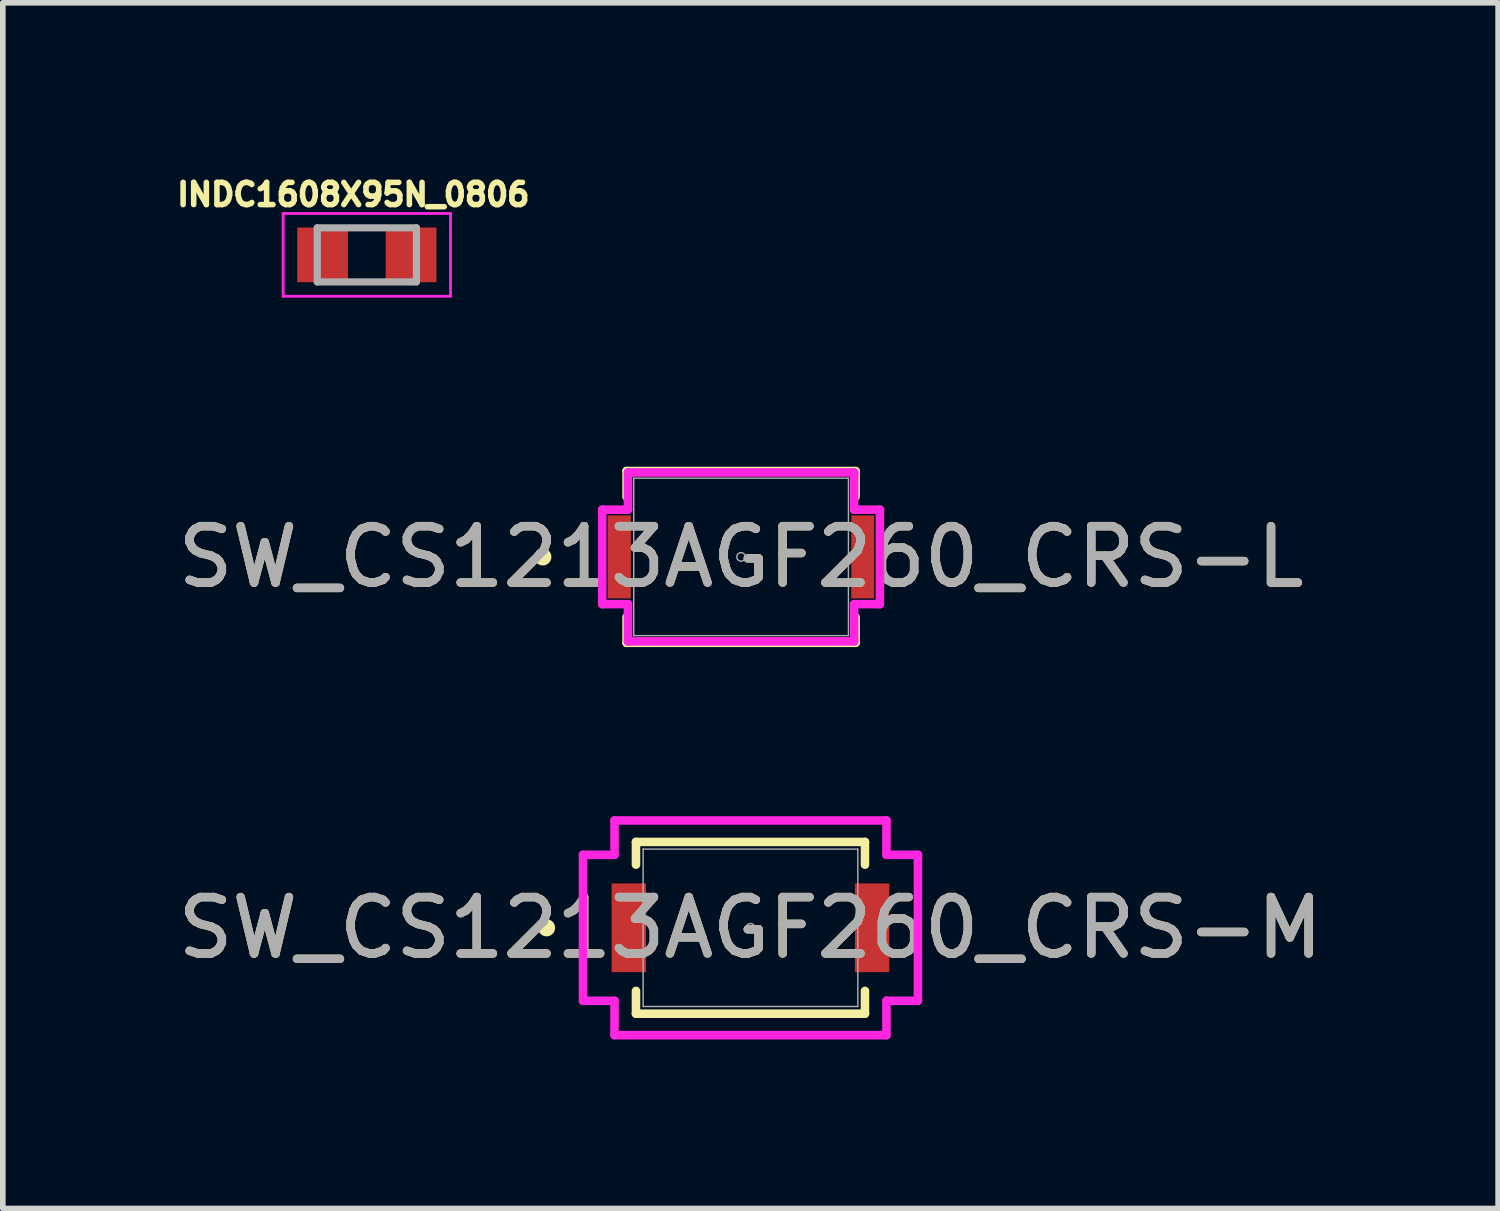
<source format=kicad_pcb>
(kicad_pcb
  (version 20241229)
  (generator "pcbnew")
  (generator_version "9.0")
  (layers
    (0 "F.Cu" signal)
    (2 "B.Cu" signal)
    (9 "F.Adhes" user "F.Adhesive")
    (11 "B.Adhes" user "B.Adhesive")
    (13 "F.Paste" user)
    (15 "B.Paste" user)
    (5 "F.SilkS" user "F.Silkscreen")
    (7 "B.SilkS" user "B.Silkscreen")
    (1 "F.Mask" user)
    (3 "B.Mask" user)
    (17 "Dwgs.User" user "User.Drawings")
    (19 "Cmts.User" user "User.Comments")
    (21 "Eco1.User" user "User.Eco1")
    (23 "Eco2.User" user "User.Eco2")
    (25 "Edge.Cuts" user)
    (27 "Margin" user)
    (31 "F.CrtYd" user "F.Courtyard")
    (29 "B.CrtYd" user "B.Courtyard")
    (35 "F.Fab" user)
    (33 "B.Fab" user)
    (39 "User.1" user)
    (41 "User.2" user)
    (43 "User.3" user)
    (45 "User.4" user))
  (footprint "SW_CS1213AGF260_CRS-L"
    (layer "F.Cu")
    (at 10.101 6.833)
    (property "Reference" "SW_CS1213AGF260_CRS-L" (at 0 0 0) (unlocked yes) (layer "F.SilkS") (effects (font (size 1 1) (thickness 0.15))))
    (attr smd)
    (fp_line (start -2.032 -1.524) (end -2.032 -1.069) (stroke (width 0.152) (type solid)) (layer "F.SilkS"))
    (fp_line (start -2.032 1.069) (end -2.032 1.524) (stroke (width 0.152) (type solid)) (layer "F.SilkS"))
    (fp_line (start -2.032 1.524) (end 2.032 1.524) (stroke (width 0.152) (type solid)) (layer "F.SilkS"))
    (fp_line (start 2.032 -1.524) (end -2.032 -1.524) (stroke (width 0.152) (type solid)) (layer "F.SilkS"))
    (fp_line (start 2.032 -1.069) (end 2.032 -1.524) (stroke (width 0.152) (type solid)) (layer "F.SilkS"))
    (fp_line (start 2.032 1.524) (end 2.032 1.069) (stroke (width 0.152) (type solid)) (layer "F.SilkS"))
    (fp_circle (center -3.518 0) (end -3.442 0) (stroke (width 0.152) (type solid)) (fill no) (layer "F.SilkS"))
    (fp_line (start -2.464 -0.838) (end -2.007 -0.838) (stroke (width 0.152) (type solid)) (layer "F.CrtYd"))
    (fp_line (start -2.464 0.838) (end -2.464 -0.838) (stroke (width 0.152) (type solid)) (layer "F.CrtYd"))
    (fp_line (start -2.464 0.838) (end -2.007 0.838) (stroke (width 0.152) (type solid)) (layer "F.CrtYd"))
    (fp_line (start -2.007 -1.499) (end 2.007 -1.499) (stroke (width 0.152) (type solid)) (layer "F.CrtYd"))
    (fp_line (start -2.007 -0.838) (end -2.007 -1.499) (stroke (width 0.152) (type solid)) (layer "F.CrtYd"))
    (fp_line (start -2.007 1.499) (end -2.007 0.838) (stroke (width 0.152) (type solid)) (layer "F.CrtYd"))
    (fp_line (start 2.007 -1.499) (end 2.007 -0.838) (stroke (width 0.152) (type solid)) (layer "F.CrtYd"))
    (fp_line (start 2.007 0.838) (end 2.007 1.499) (stroke (width 0.152) (type solid)) (layer "F.CrtYd"))
    (fp_line (start 2.007 1.499) (end -2.007 1.499) (stroke (width 0.152) (type solid)) (layer "F.CrtYd"))
    (fp_line (start 2.464 -0.838) (end 2.007 -0.838) (stroke (width 0.152) (type solid)) (layer "F.CrtYd"))
    (fp_line (start 2.464 -0.838) (end 2.464 0.838) (stroke (width 0.152) (type solid)) (layer "F.CrtYd"))
    (fp_line (start 2.464 0.838) (end 2.007 0.838) (stroke (width 0.152) (type solid)) (layer "F.CrtYd"))
    (fp_line (start -1.905 -1.397) (end -1.905 1.397) (stroke (width 0.025) (type solid)) (layer "F.Fab"))
    (fp_line (start -1.905 1.397) (end 1.905 1.397) (stroke (width 0.025) (type solid)) (layer "F.Fab"))
    (fp_line (start 1.905 -1.397) (end -1.905 -1.397) (stroke (width 0.025) (type solid)) (layer "F.Fab"))
    (fp_line (start 1.905 1.397) (end 1.905 -1.397) (stroke (width 0.025) (type solid)) (layer "F.Fab"))
    (fp_circle (center 0 0) (end 0.076 0) (stroke (width 0.025) (type solid)) (fill no) (layer "F.Fab"))
    (fp_text user "${REFERENCE}" (at 0 0 0) (unlocked yes) (layer "F.Fab") (effects (font (size 1 1) (thickness 0.15))))
    (pad "1" smd rect (at -2.159 0) (size 0.406 1.473) (layers "F.Cu" "F.Mask" "F.Paste"))
    (pad "2" smd rect (at 2.159 0) (size 0.406 1.473) (layers "F.Cu" "F.Mask" "F.Paste")))
  (footprint "INDC1608X95N_0806"
    (layer "F.Cu")
    (at 3.46 1.473)
    (property "Reference" "INDC1608X95N_0806" (at -0.24 -1.07 0) (layer "F.SilkS") (effects (font (size 0.394 0.394) (thickness 0.15))))
    (attr smd)
    (fp_line (start -1.485 -0.735) (end 1.485 -0.735) (stroke (width 0.05) (type solid)) (layer "F.CrtYd"))
    (fp_line (start -1.485 0.735) (end -1.485 -0.735) (stroke (width 0.05) (type solid)) (layer "F.CrtYd"))
    (fp_line (start -1.485 0.735) (end 1.485 0.735) (stroke (width 0.05) (type solid)) (layer "F.CrtYd"))
    (fp_line (start 1.485 0.735) (end 1.485 -0.735) (stroke (width 0.05) (type solid)) (layer "F.CrtYd"))
    (fp_line (start -0.88 0.48) (end -0.88 -0.48) (stroke (width 0.127) (type solid)) (layer "F.Fab"))
    (fp_line (start 0.88 -0.48) (end -0.88 -0.48) (stroke (width 0.127) (type solid)) (layer "F.Fab"))
    (fp_line (start 0.88 0.48) (end -0.88 0.48) (stroke (width 0.127) (type solid)) (layer "F.Fab"))
    (fp_line (start 0.88 0.48) (end 0.88 -0.48) (stroke (width 0.127) (type solid)) (layer "F.Fab"))
    (pad "1" smd rect (at -0.785 0) (size 0.9 0.97) (layers "F.Cu" "F.Mask" "F.Paste"))
    (pad "2" smd rect (at 0.785 0) (size 0.9 0.97) (layers "F.Cu" "F.Mask" "F.Paste")))
  (footprint "SW_CS1213AGF260_CRS-M"
    (layer "F.Cu")
    (at 10.268 13.415)
    (property "Reference" "SW_CS1213AGF260_CRS-M" (at 0 0 0) (unlocked yes) (layer "F.SilkS") (effects (font (size 1 1) (thickness 0.15))))
    (attr smd)
    (fp_line (start -2.032 -1.524) (end -2.032 -1.12) (stroke (width 0.152) (type solid)) (layer "F.SilkS"))
    (fp_line (start -2.032 1.12) (end -2.032 1.524) (stroke (width 0.152) (type solid)) (layer "F.SilkS"))
    (fp_line (start -2.032 1.524) (end 2.032 1.524) (stroke (width 0.152) (type solid)) (layer "F.SilkS"))
    (fp_line (start 2.032 -1.524) (end -2.032 -1.524) (stroke (width 0.152) (type solid)) (layer "F.SilkS"))
    (fp_line (start 2.032 -1.12) (end 2.032 -1.524) (stroke (width 0.152) (type solid)) (layer "F.SilkS"))
    (fp_line (start 2.032 1.524) (end 2.032 1.12) (stroke (width 0.152) (type solid)) (layer "F.SilkS"))
    (fp_circle (center -3.619 0) (end -3.543 0) (stroke (width 0.152) (type solid)) (fill no) (layer "F.SilkS"))
    (fp_line (start -2.972 -1.295) (end -2.413 -1.295) (stroke (width 0.152) (type solid)) (layer "F.CrtYd"))
    (fp_line (start -2.972 1.295) (end -2.972 -1.295) (stroke (width 0.152) (type solid)) (layer "F.CrtYd"))
    (fp_line (start -2.972 1.295) (end -2.413 1.295) (stroke (width 0.152) (type solid)) (layer "F.CrtYd"))
    (fp_line (start -2.413 -1.905) (end 2.413 -1.905) (stroke (width 0.152) (type solid)) (layer "F.CrtYd"))
    (fp_line (start -2.413 -1.295) (end -2.413 -1.905) (stroke (width 0.152) (type solid)) (layer "F.CrtYd"))
    (fp_line (start -2.413 1.905) (end -2.413 1.295) (stroke (width 0.152) (type solid)) (layer "F.CrtYd"))
    (fp_line (start 2.413 -1.905) (end 2.413 -1.295) (stroke (width 0.152) (type solid)) (layer "F.CrtYd"))
    (fp_line (start 2.413 1.295) (end 2.413 1.905) (stroke (width 0.152) (type solid)) (layer "F.CrtYd"))
    (fp_line (start 2.413 1.905) (end -2.413 1.905) (stroke (width 0.152) (type solid)) (layer "F.CrtYd"))
    (fp_line (start 2.972 -1.295) (end 2.413 -1.295) (stroke (width 0.152) (type solid)) (layer "F.CrtYd"))
    (fp_line (start 2.972 -1.295) (end 2.972 1.295) (stroke (width 0.152) (type solid)) (layer "F.CrtYd"))
    (fp_line (start 2.972 1.295) (end 2.413 1.295) (stroke (width 0.152) (type solid)) (layer "F.CrtYd"))
    (fp_line (start -1.905 -1.397) (end -1.905 1.397) (stroke (width 0.025) (type solid)) (layer "F.Fab"))
    (fp_line (start -1.905 1.397) (end 1.905 1.397) (stroke (width 0.025) (type solid)) (layer "F.Fab"))
    (fp_line (start 1.905 -1.397) (end -1.905 -1.397) (stroke (width 0.025) (type solid)) (layer "F.Fab"))
    (fp_line (start 1.905 1.397) (end 1.905 -1.397) (stroke (width 0.025) (type solid)) (layer "F.Fab"))
    (fp_circle (center 0 0) (end 0.076 0) (stroke (width 0.025) (type solid)) (fill no) (layer "F.Fab"))
    (fp_text user "${REFERENCE}" (at 0 0 0) (unlocked yes) (layer "F.Fab") (effects (font (size 1 1) (thickness 0.15))))
    (pad "1" smd rect (at -2.159 0) (size 0.61 1.575) (layers "F.Cu" "F.Mask" "F.Paste"))
    (pad "2" smd rect (at 2.159 0) (size 0.61 1.575) (layers "F.Cu" "F.Mask" "F.Paste")))
  (gr_rect
    (start -3 -3)
    (end 23.536 18.396)
    (stroke (width 0.1) (type default))
    (fill no)
    (layer "Edge.Cuts")))
</source>
